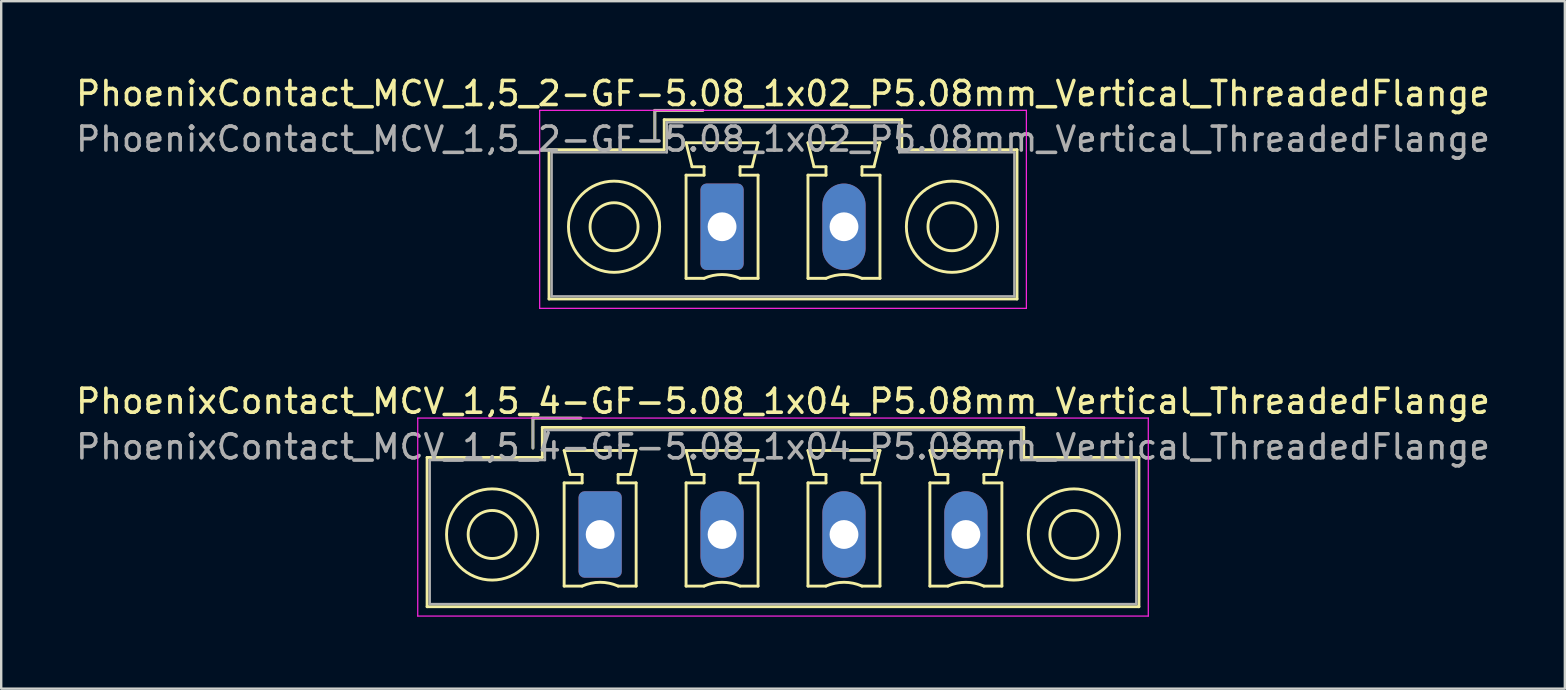
<source format=kicad_pcb>
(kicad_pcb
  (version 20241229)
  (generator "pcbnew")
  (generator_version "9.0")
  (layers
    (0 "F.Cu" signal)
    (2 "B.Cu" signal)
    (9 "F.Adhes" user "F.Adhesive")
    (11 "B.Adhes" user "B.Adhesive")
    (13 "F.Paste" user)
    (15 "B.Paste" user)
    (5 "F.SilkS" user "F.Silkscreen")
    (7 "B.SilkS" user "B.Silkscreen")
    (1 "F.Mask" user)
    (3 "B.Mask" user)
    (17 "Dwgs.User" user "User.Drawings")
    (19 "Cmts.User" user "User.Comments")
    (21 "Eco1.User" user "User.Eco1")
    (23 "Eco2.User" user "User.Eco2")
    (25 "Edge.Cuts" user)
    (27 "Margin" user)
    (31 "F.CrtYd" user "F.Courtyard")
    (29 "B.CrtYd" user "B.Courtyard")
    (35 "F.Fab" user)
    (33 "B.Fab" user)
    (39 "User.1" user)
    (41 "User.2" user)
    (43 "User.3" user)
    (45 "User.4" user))
  (footprint "PhoenixContact_MCV_1,5_2-GF-5.08_1x02_P5.08mm_Vertical_ThreadedFlange"
    (layer "F.Cu")
    (at 27.037 6.398)
    (property "Reference" "PhoenixContact_MCV_1,5_2-GF-5.08_1x02_P5.08mm_Vertical_ThreadedFlange" (at 2.54 -5.55 0) (layer "F.SilkS") (effects (font (size 1 1) (thickness 0.15))))
    (attr through_hole)
    (fp_line (start -7.21 -3.21) (end -7.21 3.01) (stroke (width 0.12) (type solid)) (layer "F.SilkS"))
    (fp_line (start -7.21 3.01) (end 12.29 3.01) (stroke (width 0.12) (type solid)) (layer "F.SilkS"))
    (fp_line (start -2.8 -4.85) (end -0.8 -4.85) (stroke (width 0.12) (type solid)) (layer "F.SilkS"))
    (fp_line (start -2.8 -3.6) (end -2.8 -4.85) (stroke (width 0.12) (type solid)) (layer "F.SilkS"))
    (fp_line (start -2.41 -4.46) (end -2.41 -3.21) (stroke (width 0.12) (type solid)) (layer "F.SilkS"))
    (fp_line (start -2.41 -3.21) (end -7.21 -3.21) (stroke (width 0.12) (type solid)) (layer "F.SilkS"))
    (fp_line (start -1.5 -3.5) (end 1.5 -3.5) (stroke (width 0.12) (type solid)) (layer "F.SilkS"))
    (fp_line (start -1.5 -2.15) (end -0.75 -2.15) (stroke (width 0.12) (type solid)) (layer "F.SilkS"))
    (fp_line (start -1.5 2.15) (end -1.5 -2.15) (stroke (width 0.12) (type solid)) (layer "F.SilkS"))
    (fp_line (start -1.25 -2.5) (end -1.5 -3.5) (stroke (width 0.12) (type solid)) (layer "F.SilkS"))
    (fp_line (start -0.75 -2.5) (end -1.25 -2.5) (stroke (width 0.12) (type solid)) (layer "F.SilkS"))
    (fp_line (start -0.75 -2.15) (end -0.75 -2.5) (stroke (width 0.12) (type solid)) (layer "F.SilkS"))
    (fp_line (start -0.75 2.15) (end -1.5 2.15) (stroke (width 0.12) (type solid)) (layer "F.SilkS"))
    (fp_line (start 0.75 -2.5) (end 0.75 -2.15) (stroke (width 0.12) (type solid)) (layer "F.SilkS"))
    (fp_line (start 0.75 -2.15) (end 1.5 -2.15) (stroke (width 0.12) (type solid)) (layer "F.SilkS"))
    (fp_line (start 1.25 -2.5) (end 0.75 -2.5) (stroke (width 0.12) (type solid)) (layer "F.SilkS"))
    (fp_line (start 1.5 -3.5) (end 1.25 -2.5) (stroke (width 0.12) (type solid)) (layer "F.SilkS"))
    (fp_line (start 1.5 -2.15) (end 1.5 2.15) (stroke (width 0.12) (type solid)) (layer "F.SilkS"))
    (fp_line (start 1.5 2.15) (end 0.75 2.15) (stroke (width 0.12) (type solid)) (layer "F.SilkS"))
    (fp_line (start 3.58 -3.5) (end 6.58 -3.5) (stroke (width 0.12) (type solid)) (layer "F.SilkS"))
    (fp_line (start 3.58 -2.15) (end 4.33 -2.15) (stroke (width 0.12) (type solid)) (layer "F.SilkS"))
    (fp_line (start 3.58 2.15) (end 3.58 -2.15) (stroke (width 0.12) (type solid)) (layer "F.SilkS"))
    (fp_line (start 3.83 -2.5) (end 3.58 -3.5) (stroke (width 0.12) (type solid)) (layer "F.SilkS"))
    (fp_line (start 4.33 -2.5) (end 3.83 -2.5) (stroke (width 0.12) (type solid)) (layer "F.SilkS"))
    (fp_line (start 4.33 -2.15) (end 4.33 -2.5) (stroke (width 0.12) (type solid)) (layer "F.SilkS"))
    (fp_line (start 4.33 2.15) (end 3.58 2.15) (stroke (width 0.12) (type solid)) (layer "F.SilkS"))
    (fp_line (start 5.83 -2.5) (end 5.83 -2.15) (stroke (width 0.12) (type solid)) (layer "F.SilkS"))
    (fp_line (start 5.83 -2.15) (end 6.58 -2.15) (stroke (width 0.12) (type solid)) (layer "F.SilkS"))
    (fp_line (start 6.33 -2.5) (end 5.83 -2.5) (stroke (width 0.12) (type solid)) (layer "F.SilkS"))
    (fp_line (start 6.58 -3.5) (end 6.33 -2.5) (stroke (width 0.12) (type solid)) (layer "F.SilkS"))
    (fp_line (start 6.58 -2.15) (end 6.58 2.15) (stroke (width 0.12) (type solid)) (layer "F.SilkS"))
    (fp_line (start 6.58 2.15) (end 5.83 2.15) (stroke (width 0.12) (type solid)) (layer "F.SilkS"))
    (fp_line (start 7.49 -4.46) (end -2.41 -4.46) (stroke (width 0.12) (type solid)) (layer "F.SilkS"))
    (fp_line (start 7.49 -3.21) (end 7.49 -4.46) (stroke (width 0.12) (type solid)) (layer "F.SilkS"))
    (fp_line (start 12.29 -3.21) (end 7.49 -3.21) (stroke (width 0.12) (type solid)) (layer "F.SilkS"))
    (fp_line (start 12.29 3.01) (end 12.29 -3.21) (stroke (width 0.12) (type solid)) (layer "F.SilkS"))
    (fp_arc (start -0.75 2.15) (mid -0.000193 1.99191) (end 0.749647 2.149844) (stroke (width 0.12) (type solid)) (layer "F.SilkS"))
    (fp_arc (start 4.33 2.15) (mid 5.079807 1.99191) (end 5.829647 2.149844) (stroke (width 0.12) (type solid)) (layer "F.SilkS"))
    (fp_circle (center -4.5 0) (end -3.5 0) (stroke (width 0.12) (type solid)) (fill no) (layer "F.SilkS"))
    (fp_circle (center -4.5 0) (end -2.6 0) (stroke (width 0.12) (type solid)) (fill no) (layer "F.SilkS"))
    (fp_circle (center 9.58 0) (end 10.58 0) (stroke (width 0.12) (type solid)) (fill no) (layer "F.SilkS"))
    (fp_circle (center 9.58 0) (end 11.48 0) (stroke (width 0.12) (type solid)) (fill no) (layer "F.SilkS"))
    (fp_line (start -7.6 -4.85) (end -7.6 3.4) (stroke (width 0.05) (type solid)) (layer "F.CrtYd"))
    (fp_line (start -7.6 3.4) (end 12.68 3.4) (stroke (width 0.05) (type solid)) (layer "F.CrtYd"))
    (fp_line (start 12.68 -4.85) (end -7.6 -4.85) (stroke (width 0.05) (type solid)) (layer "F.CrtYd"))
    (fp_line (start 12.68 3.4) (end 12.68 -4.85) (stroke (width 0.05) (type solid)) (layer "F.CrtYd"))
    (fp_line (start -7.1 -3.1) (end -7.1 2.9) (stroke (width 0.1) (type solid)) (layer "F.Fab"))
    (fp_line (start -7.1 2.9) (end 12.18 2.9) (stroke (width 0.1) (type solid)) (layer "F.Fab"))
    (fp_line (start -2.8 -4.85) (end -0.8 -4.85) (stroke (width 0.1) (type solid)) (layer "F.Fab"))
    (fp_line (start -2.8 -3.6) (end -2.8 -4.85) (stroke (width 0.1) (type solid)) (layer "F.Fab"))
    (fp_line (start -2.3 -4.35) (end -2.3 -3.1) (stroke (width 0.1) (type solid)) (layer "F.Fab"))
    (fp_line (start -2.3 -3.1) (end -7.1 -3.1) (stroke (width 0.1) (type solid)) (layer "F.Fab"))
    (fp_line (start 7.38 -4.35) (end -2.3 -4.35) (stroke (width 0.1) (type solid)) (layer "F.Fab"))
    (fp_line (start 7.38 -3.1) (end 7.38 -4.35) (stroke (width 0.1) (type solid)) (layer "F.Fab"))
    (fp_line (start 12.18 -3.1) (end 7.38 -3.1) (stroke (width 0.1) (type solid)) (layer "F.Fab"))
    (fp_line (start 12.18 2.9) (end 12.18 -3.1) (stroke (width 0.1) (type solid)) (layer "F.Fab"))
    (fp_text user "${REFERENCE}" (at 2.54 -3.65 0) (layer "F.Fab") (effects (font (size 1 1) (thickness 0.15))))
    (pad "1" thru_hole roundrect (at 0 0) (size 1.8 3.6) (drill 1.2) (layers "*.Cu" "*.Mask") (roundrect_rratio 0.139))
    (pad "2" thru_hole oval (at 5.08 0) (size 1.8 3.6) (drill 1.2) (layers "*.Cu" "*.Mask")))
  (footprint "PhoenixContact_MCV_1,5_4-GF-5.08_1x04_P5.08mm_Vertical_ThreadedFlange"
    (layer "F.Cu")
    (at 21.957 19.221)
    (property "Reference" "PhoenixContact_MCV_1,5_4-GF-5.08_1x04_P5.08mm_Vertical_ThreadedFlange" (at 7.62 -5.55 0) (layer "F.SilkS") (effects (font (size 1 1) (thickness 0.15))))
    (attr through_hole)
    (fp_line (start -7.21 -3.21) (end -7.21 3.01) (stroke (width 0.12) (type solid)) (layer "F.SilkS"))
    (fp_line (start -7.21 3.01) (end 22.45 3.01) (stroke (width 0.12) (type solid)) (layer "F.SilkS"))
    (fp_line (start -2.8 -4.85) (end -0.8 -4.85) (stroke (width 0.12) (type solid)) (layer "F.SilkS"))
    (fp_line (start -2.8 -3.6) (end -2.8 -4.85) (stroke (width 0.12) (type solid)) (layer "F.SilkS"))
    (fp_line (start -2.41 -4.46) (end -2.41 -3.21) (stroke (width 0.12) (type solid)) (layer "F.SilkS"))
    (fp_line (start -2.41 -3.21) (end -7.21 -3.21) (stroke (width 0.12) (type solid)) (layer "F.SilkS"))
    (fp_line (start -1.5 -3.5) (end 1.5 -3.5) (stroke (width 0.12) (type solid)) (layer "F.SilkS"))
    (fp_line (start -1.5 -2.15) (end -0.75 -2.15) (stroke (width 0.12) (type solid)) (layer "F.SilkS"))
    (fp_line (start -1.5 2.15) (end -1.5 -2.15) (stroke (width 0.12) (type solid)) (layer "F.SilkS"))
    (fp_line (start -1.25 -2.5) (end -1.5 -3.5) (stroke (width 0.12) (type solid)) (layer "F.SilkS"))
    (fp_line (start -0.75 -2.5) (end -1.25 -2.5) (stroke (width 0.12) (type solid)) (layer "F.SilkS"))
    (fp_line (start -0.75 -2.15) (end -0.75 -2.5) (stroke (width 0.12) (type solid)) (layer "F.SilkS"))
    (fp_line (start -0.75 2.15) (end -1.5 2.15) (stroke (width 0.12) (type solid)) (layer "F.SilkS"))
    (fp_line (start 0.75 -2.5) (end 0.75 -2.15) (stroke (width 0.12) (type solid)) (layer "F.SilkS"))
    (fp_line (start 0.75 -2.15) (end 1.5 -2.15) (stroke (width 0.12) (type solid)) (layer "F.SilkS"))
    (fp_line (start 1.25 -2.5) (end 0.75 -2.5) (stroke (width 0.12) (type solid)) (layer "F.SilkS"))
    (fp_line (start 1.5 -3.5) (end 1.25 -2.5) (stroke (width 0.12) (type solid)) (layer "F.SilkS"))
    (fp_line (start 1.5 -2.15) (end 1.5 2.15) (stroke (width 0.12) (type solid)) (layer "F.SilkS"))
    (fp_line (start 1.5 2.15) (end 0.75 2.15) (stroke (width 0.12) (type solid)) (layer "F.SilkS"))
    (fp_line (start 3.58 -3.5) (end 6.58 -3.5) (stroke (width 0.12) (type solid)) (layer "F.SilkS"))
    (fp_line (start 3.58 -2.15) (end 4.33 -2.15) (stroke (width 0.12) (type solid)) (layer "F.SilkS"))
    (fp_line (start 3.58 2.15) (end 3.58 -2.15) (stroke (width 0.12) (type solid)) (layer "F.SilkS"))
    (fp_line (start 3.83 -2.5) (end 3.58 -3.5) (stroke (width 0.12) (type solid)) (layer "F.SilkS"))
    (fp_line (start 4.33 -2.5) (end 3.83 -2.5) (stroke (width 0.12) (type solid)) (layer "F.SilkS"))
    (fp_line (start 4.33 -2.15) (end 4.33 -2.5) (stroke (width 0.12) (type solid)) (layer "F.SilkS"))
    (fp_line (start 4.33 2.15) (end 3.58 2.15) (stroke (width 0.12) (type solid)) (layer "F.SilkS"))
    (fp_line (start 5.83 -2.5) (end 5.83 -2.15) (stroke (width 0.12) (type solid)) (layer "F.SilkS"))
    (fp_line (start 5.83 -2.15) (end 6.58 -2.15) (stroke (width 0.12) (type solid)) (layer "F.SilkS"))
    (fp_line (start 6.33 -2.5) (end 5.83 -2.5) (stroke (width 0.12) (type solid)) (layer "F.SilkS"))
    (fp_line (start 6.58 -3.5) (end 6.33 -2.5) (stroke (width 0.12) (type solid)) (layer "F.SilkS"))
    (fp_line (start 6.58 -2.15) (end 6.58 2.15) (stroke (width 0.12) (type solid)) (layer "F.SilkS"))
    (fp_line (start 6.58 2.15) (end 5.83 2.15) (stroke (width 0.12) (type solid)) (layer "F.SilkS"))
    (fp_line (start 8.66 -3.5) (end 11.66 -3.5) (stroke (width 0.12) (type solid)) (layer "F.SilkS"))
    (fp_line (start 8.66 -2.15) (end 9.41 -2.15) (stroke (width 0.12) (type solid)) (layer "F.SilkS"))
    (fp_line (start 8.66 2.15) (end 8.66 -2.15) (stroke (width 0.12) (type solid)) (layer "F.SilkS"))
    (fp_line (start 8.91 -2.5) (end 8.66 -3.5) (stroke (width 0.12) (type solid)) (layer "F.SilkS"))
    (fp_line (start 9.41 -2.5) (end 8.91 -2.5) (stroke (width 0.12) (type solid)) (layer "F.SilkS"))
    (fp_line (start 9.41 -2.15) (end 9.41 -2.5) (stroke (width 0.12) (type solid)) (layer "F.SilkS"))
    (fp_line (start 9.41 2.15) (end 8.66 2.15) (stroke (width 0.12) (type solid)) (layer "F.SilkS"))
    (fp_line (start 10.91 -2.5) (end 10.91 -2.15) (stroke (width 0.12) (type solid)) (layer "F.SilkS"))
    (fp_line (start 10.91 -2.15) (end 11.66 -2.15) (stroke (width 0.12) (type solid)) (layer "F.SilkS"))
    (fp_line (start 11.41 -2.5) (end 10.91 -2.5) (stroke (width 0.12) (type solid)) (layer "F.SilkS"))
    (fp_line (start 11.66 -3.5) (end 11.41 -2.5) (stroke (width 0.12) (type solid)) (layer "F.SilkS"))
    (fp_line (start 11.66 -2.15) (end 11.66 2.15) (stroke (width 0.12) (type solid)) (layer "F.SilkS"))
    (fp_line (start 11.66 2.15) (end 10.91 2.15) (stroke (width 0.12) (type solid)) (layer "F.SilkS"))
    (fp_line (start 13.74 -3.5) (end 16.74 -3.5) (stroke (width 0.12) (type solid)) (layer "F.SilkS"))
    (fp_line (start 13.74 -2.15) (end 14.49 -2.15) (stroke (width 0.12) (type solid)) (layer "F.SilkS"))
    (fp_line (start 13.74 2.15) (end 13.74 -2.15) (stroke (width 0.12) (type solid)) (layer "F.SilkS"))
    (fp_line (start 13.99 -2.5) (end 13.74 -3.5) (stroke (width 0.12) (type solid)) (layer "F.SilkS"))
    (fp_line (start 14.49 -2.5) (end 13.99 -2.5) (stroke (width 0.12) (type solid)) (layer "F.SilkS"))
    (fp_line (start 14.49 -2.15) (end 14.49 -2.5) (stroke (width 0.12) (type solid)) (layer "F.SilkS"))
    (fp_line (start 14.49 2.15) (end 13.74 2.15) (stroke (width 0.12) (type solid)) (layer "F.SilkS"))
    (fp_line (start 15.99 -2.5) (end 15.99 -2.15) (stroke (width 0.12) (type solid)) (layer "F.SilkS"))
    (fp_line (start 15.99 -2.15) (end 16.74 -2.15) (stroke (width 0.12) (type solid)) (layer "F.SilkS"))
    (fp_line (start 16.49 -2.5) (end 15.99 -2.5) (stroke (width 0.12) (type solid)) (layer "F.SilkS"))
    (fp_line (start 16.74 -3.5) (end 16.49 -2.5) (stroke (width 0.12) (type solid)) (layer "F.SilkS"))
    (fp_line (start 16.74 -2.15) (end 16.74 2.15) (stroke (width 0.12) (type solid)) (layer "F.SilkS"))
    (fp_line (start 16.74 2.15) (end 15.99 2.15) (stroke (width 0.12) (type solid)) (layer "F.SilkS"))
    (fp_line (start 17.65 -4.46) (end -2.41 -4.46) (stroke (width 0.12) (type solid)) (layer "F.SilkS"))
    (fp_line (start 17.65 -3.21) (end 17.65 -4.46) (stroke (width 0.12) (type solid)) (layer "F.SilkS"))
    (fp_line (start 22.45 -3.21) (end 17.65 -3.21) (stroke (width 0.12) (type solid)) (layer "F.SilkS"))
    (fp_line (start 22.45 3.01) (end 22.45 -3.21) (stroke (width 0.12) (type solid)) (layer "F.SilkS"))
    (fp_arc (start -0.75 2.15) (mid -0.000193 1.99191) (end 0.749647 2.149844) (stroke (width 0.12) (type solid)) (layer "F.SilkS"))
    (fp_arc (start 4.33 2.15) (mid 5.079807 1.99191) (end 5.829647 2.149844) (stroke (width 0.12) (type solid)) (layer "F.SilkS"))
    (fp_arc (start 9.41 2.15) (mid 10.159807 1.99191) (end 10.909647 2.149844) (stroke (width 0.12) (type solid)) (layer "F.SilkS"))
    (fp_arc (start 14.49 2.15) (mid 15.239807 1.99191) (end 15.989647 2.149844) (stroke (width 0.12) (type solid)) (layer "F.SilkS"))
    (fp_circle (center -4.5 0) (end -3.5 0) (stroke (width 0.12) (type solid)) (fill no) (layer "F.SilkS"))
    (fp_circle (center -4.5 0) (end -2.6 0) (stroke (width 0.12) (type solid)) (fill no) (layer "F.SilkS"))
    (fp_circle (center 19.74 0) (end 20.74 0) (stroke (width 0.12) (type solid)) (fill no) (layer "F.SilkS"))
    (fp_circle (center 19.74 0) (end 21.64 0) (stroke (width 0.12) (type solid)) (fill no) (layer "F.SilkS"))
    (fp_line (start -7.6 -4.85) (end -7.6 3.4) (stroke (width 0.05) (type solid)) (layer "F.CrtYd"))
    (fp_line (start -7.6 3.4) (end 22.84 3.4) (stroke (width 0.05) (type solid)) (layer "F.CrtYd"))
    (fp_line (start 22.84 -4.85) (end -7.6 -4.85) (stroke (width 0.05) (type solid)) (layer "F.CrtYd"))
    (fp_line (start 22.84 3.4) (end 22.84 -4.85) (stroke (width 0.05) (type solid)) (layer "F.CrtYd"))
    (fp_line (start -7.1 -3.1) (end -7.1 2.9) (stroke (width 0.1) (type solid)) (layer "F.Fab"))
    (fp_line (start -7.1 2.9) (end 22.34 2.9) (stroke (width 0.1) (type solid)) (layer "F.Fab"))
    (fp_line (start -2.8 -4.85) (end -0.8 -4.85) (stroke (width 0.1) (type solid)) (layer "F.Fab"))
    (fp_line (start -2.8 -3.6) (end -2.8 -4.85) (stroke (width 0.1) (type solid)) (layer "F.Fab"))
    (fp_line (start -2.3 -4.35) (end -2.3 -3.1) (stroke (width 0.1) (type solid)) (layer "F.Fab"))
    (fp_line (start -2.3 -3.1) (end -7.1 -3.1) (stroke (width 0.1) (type solid)) (layer "F.Fab"))
    (fp_line (start 17.54 -4.35) (end -2.3 -4.35) (stroke (width 0.1) (type solid)) (layer "F.Fab"))
    (fp_line (start 17.54 -3.1) (end 17.54 -4.35) (stroke (width 0.1) (type solid)) (layer "F.Fab"))
    (fp_line (start 22.34 -3.1) (end 17.54 -3.1) (stroke (width 0.1) (type solid)) (layer "F.Fab"))
    (fp_line (start 22.34 2.9) (end 22.34 -3.1) (stroke (width 0.1) (type solid)) (layer "F.Fab"))
    (fp_text user "${REFERENCE}" (at 7.62 -3.65 0) (layer "F.Fab") (effects (font (size 1 1) (thickness 0.15))))
    (pad "1" thru_hole roundrect (at 0 0) (size 1.8 3.6) (drill 1.2) (layers "*.Cu" "*.Mask") (roundrect_rratio 0.139))
    (pad "2" thru_hole oval (at 5.08 0) (size 1.8 3.6) (drill 1.2) (layers "*.Cu" "*.Mask"))
    (pad "3" thru_hole oval (at 10.16 0) (size 1.8 3.6) (drill 1.2) (layers "*.Cu" "*.Mask"))
    (pad "4" thru_hole oval (at 15.24 0) (size 1.8 3.6) (drill 1.2) (layers "*.Cu" "*.Mask")))
  (gr_rect
    (start -3 -3)
    (end 62.155 25.646)
    (stroke (width 0.1) (type default))
    (fill no)
    (layer "Edge.Cuts")))
</source>
